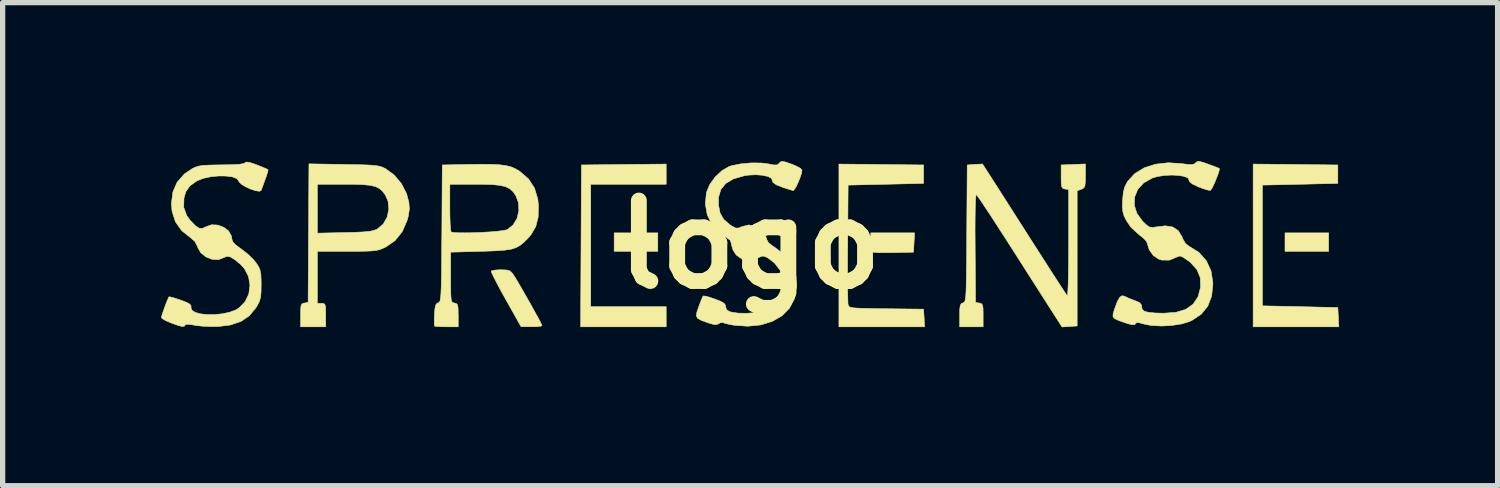
<source format=kicad_pcb>
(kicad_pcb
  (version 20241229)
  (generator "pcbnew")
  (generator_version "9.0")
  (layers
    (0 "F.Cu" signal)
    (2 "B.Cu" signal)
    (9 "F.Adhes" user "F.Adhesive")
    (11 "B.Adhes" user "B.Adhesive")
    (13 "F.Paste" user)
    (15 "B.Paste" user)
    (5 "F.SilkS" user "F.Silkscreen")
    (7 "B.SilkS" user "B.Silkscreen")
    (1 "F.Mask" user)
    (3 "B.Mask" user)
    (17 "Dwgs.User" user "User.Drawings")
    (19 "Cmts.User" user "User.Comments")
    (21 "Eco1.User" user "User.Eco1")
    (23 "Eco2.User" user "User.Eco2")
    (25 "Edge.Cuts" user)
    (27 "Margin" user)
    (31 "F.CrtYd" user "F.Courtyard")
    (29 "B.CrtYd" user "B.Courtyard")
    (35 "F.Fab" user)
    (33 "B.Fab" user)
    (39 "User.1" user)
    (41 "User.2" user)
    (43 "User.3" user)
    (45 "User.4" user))
  (footprint "logo"
    (layer "F.Cu")
    (at 11.149 1.581)
    (property "Reference" "logo" (at 0 0 0) (layer "F.SilkS") (effects (font (size 1.524 1.524) (thickness 0.3))))
    (attr through_hole)
    (fp_poly (pts (xy -1.746 0.127) (xy -2.572 0.127) (xy -2.572 -0.222) (xy -1.746 -0.222) (xy -1.746 0.127)) (stroke (width 0.01) (type solid)) (fill yes) (layer "F.SilkS"))
    (fp_poly (pts (xy 10.954 0.127) (xy 10.128 0.127) (xy 10.128 -0.222) (xy 10.954 -0.222) (xy 10.954 0.127)) (stroke (width 0.01) (type solid)) (fill yes) (layer "F.SilkS"))
    (fp_poly (pts (xy -1.587 -1.143) (xy -3.016 -1.143) (xy -3.016 1.175) (xy -1.587 1.175) (xy -1.587 1.556) (xy -3.207 1.556) (xy -3.199 0.024) (xy -3.191 -1.508) (xy -2.389 -1.517) (xy -1.587 -1.525) (xy -1.587 -1.143)) (stroke (width 0.01) (type solid)) (fill yes) (layer "F.SilkS"))
    (fp_poly (pts (xy 10.327 -1.517) (xy 11.128 -1.508) (xy 11.128 -1.159) (xy 9.7 -1.127) (xy 9.7 1.159) (xy 11.128 1.191) (xy 11.138 1.373) (xy 11.147 1.556) (xy 9.525 1.556) (xy 9.525 -1.525) (xy 10.327 -1.517)) (stroke (width 0.01) (type solid)) (fill yes) (layer "F.SilkS"))
    (fp_poly (pts (xy 3.105 -0.04) (xy 3.096 0.143) (xy 2.713 0.152) (xy 2.563 0.153) (xy 2.437 0.152) (xy 2.347 0.146) (xy 2.308 0.139) (xy 2.308 0.139) (xy 2.296 0.097) (xy 2.288 0.013) (xy 2.286 -0.053) (xy 2.286 -0.222) (xy 3.115 -0.222) (xy 3.105 -0.04)) (stroke (width 0.01) (type solid)) (fill yes) (layer "F.SilkS"))
    (fp_poly (pts (xy 2.484 -1.517) (xy 3.286 -1.508) (xy 3.286 -1.159) (xy 1.857 -1.127) (xy 1.849 -0.032) (xy 1.847 0.229) (xy 1.846 0.471) (xy 1.847 0.687) (xy 1.848 0.87) (xy 1.851 1.011) (xy 1.854 1.103) (xy 1.857 1.134) (xy 1.864 1.157) (xy 1.878 1.175) (xy 1.907 1.188) (xy 1.959 1.197) (xy 2.041 1.203) (xy 2.162 1.207) (xy 2.33 1.211) (xy 2.553 1.214) (xy 2.58 1.214) (xy 3.286 1.222) (xy 3.296 1.389) (xy 3.305 1.556) (xy 1.683 1.556) (xy 1.683 -1.525) (xy 2.484 -1.517)) (stroke (width 0.01) (type solid)) (fill yes) (layer "F.SilkS"))
    (fp_poly (pts (xy -4.611 0.48) (xy -4.547 0.498) (xy -4.502 0.539) (xy -4.484 0.564) (xy -4.445 0.624) (xy -4.386 0.723) (xy -4.314 0.847) (xy -4.234 0.987) (xy -4.152 1.131) (xy -4.076 1.269) (xy -4.01 1.388) (xy -3.963 1.478) (xy -3.939 1.528) (xy -3.937 1.533) (xy -3.966 1.545) (xy -4.041 1.553) (xy -4.135 1.555) (xy -4.334 1.554) (xy -4.624 1.039) (xy -4.715 0.876) (xy -4.792 0.731) (xy -4.852 0.614) (xy -4.89 0.534) (xy -4.9 0.5) (xy -4.9 0.5) (xy -4.863 0.487) (xy -4.783 0.478) (xy -4.715 0.476) (xy -4.611 0.48)) (stroke (width 0.01) (type solid)) (fill yes) (layer "F.SilkS"))
    (fp_poly (pts (xy -7.691 -1.518) (xy -7.468 -1.514) (xy -7.298 -1.51) (xy -7.172 -1.504) (xy -7.08 -1.495) (xy -7.012 -1.483) (xy -6.959 -1.466) (xy -6.911 -1.443) (xy -6.901 -1.438) (xy -6.738 -1.319) (xy -6.601 -1.157) (xy -6.506 -0.973) (xy -6.498 -0.949) (xy -6.458 -0.799) (xy -6.449 -0.672) (xy -6.47 -0.536) (xy -6.493 -0.455) (xy -6.585 -0.243) (xy -6.721 -0.075) (xy -6.893 0.043) (xy -6.956 0.073) (xy -7.013 0.095) (xy -7.077 0.11) (xy -7.157 0.119) (xy -7.267 0.124) (xy -7.417 0.127) (xy -7.619 0.127) (xy -7.626 0.127) (xy -8.191 0.127) (xy -8.191 1.111) (xy -8.112 1.111) (xy -8.071 1.115) (xy -8.047 1.134) (xy -8.036 1.182) (xy -8.033 1.274) (xy -8.033 1.333) (xy -8.033 1.556) (xy -8.509 1.556) (xy -8.509 1.336) (xy -8.507 1.22) (xy -8.499 1.152) (xy -8.481 1.12) (xy -8.447 1.107) (xy -8.438 1.106) (xy -8.366 1.095) (xy -8.358 -0.217) (xy -8.358 -0.217) (xy -8.191 -0.217) (xy -7.676 -0.228) (xy -7.47 -0.233) (xy -7.318 -0.241) (xy -7.208 -0.251) (xy -7.13 -0.266) (xy -7.073 -0.287) (xy -7.057 -0.295) (xy -6.944 -0.39) (xy -6.869 -0.521) (xy -6.838 -0.671) (xy -6.853 -0.823) (xy -6.904 -0.939) (xy -6.957 -1.01) (xy -7.016 -1.062) (xy -7.092 -1.099) (xy -7.194 -1.123) (xy -7.333 -1.136) (xy -7.519 -1.142) (xy -7.676 -1.143) (xy -8.191 -1.143) (xy -8.191 -0.217) (xy -8.358 -0.217) (xy -8.35 -1.529) (xy -7.691 -1.518)) (stroke (width 0.01) (type solid)) (fill yes) (layer "F.SilkS"))
    (fp_poly (pts (xy 4.54 -1.311) (xy 4.589 -1.235) (xy 4.668 -1.112) (xy 4.771 -0.951) (xy 4.893 -0.76) (xy 5.03 -0.545) (xy 5.177 -0.315) (xy 5.327 -0.079) (xy 5.474 0.15) (xy 5.61 0.362) (xy 5.732 0.552) (xy 5.836 0.713) (xy 5.919 0.84) (xy 5.976 0.926) (xy 6.003 0.965) (xy 6.004 0.967) (xy 6.012 0.944) (xy 6.018 0.864) (xy 6.024 0.73) (xy 6.028 0.548) (xy 6.031 0.323) (xy 6.032 0.061) (xy 6.032 -0.023) (xy 6.032 -1.043) (xy 5.961 -1.053) (xy 5.924 -1.064) (xy 5.902 -1.091) (xy 5.892 -1.149) (xy 5.89 -1.253) (xy 5.89 -1.286) (xy 5.89 -1.508) (xy 6.12 -1.517) (xy 6.35 -1.527) (xy 6.35 -1.302) (xy 6.348 -1.184) (xy 6.34 -1.114) (xy 6.32 -1.075) (xy 6.284 -1.053) (xy 6.271 -1.048) (xy 6.193 -1.018) (xy 6.193 1.54) (xy 6.05 1.55) (xy 5.907 1.559) (xy 5.758 1.327) (xy 5.707 1.247) (xy 5.626 1.121) (xy 5.521 0.956) (xy 5.397 0.762) (xy 5.258 0.545) (xy 5.11 0.312) (xy 4.961 0.079) (xy 4.815 -0.149) (xy 4.679 -0.359) (xy 4.557 -0.547) (xy 4.452 -0.705) (xy 4.37 -0.829) (xy 4.312 -0.911) (xy 4.285 -0.946) (xy 4.283 -0.947) (xy 4.275 -0.92) (xy 4.269 -0.832) (xy 4.264 -0.691) (xy 4.261 -0.498) (xy 4.26 -0.259) (xy 4.262 0.022) (xy 4.262 0.069) (xy 4.27 1.095) (xy 4.342 1.106) (xy 4.379 1.116) (xy 4.401 1.143) (xy 4.411 1.202) (xy 4.413 1.307) (xy 4.413 1.336) (xy 4.413 1.556) (xy 3.969 1.556) (xy 3.969 1.337) (xy 3.971 1.22) (xy 3.98 1.151) (xy 4 1.117) (xy 4.032 1.102) (xy 4.048 1.096) (xy 4.06 1.084) (xy 4.071 1.059) (xy 4.079 1.015) (xy 4.086 0.948) (xy 4.091 0.85) (xy 4.094 0.717) (xy 4.097 0.543) (xy 4.1 0.321) (xy 4.102 0.046) (xy 4.103 -0.211) (xy 4.112 -1.508) (xy 4.256 -1.518) (xy 4.401 -1.527) (xy 4.54 -1.311)) (stroke (width 0.01) (type solid)) (fill yes) (layer "F.SilkS"))
    (fp_poly (pts (xy -4.887 -1.519) (xy -4.733 -1.511) (xy -4.613 -1.494) (xy -4.516 -1.469) (xy -4.434 -1.432) (xy -4.359 -1.387) (xy -4.192 -1.242) (xy -4.079 -1.067) (xy -4.017 -0.858) (xy -4.005 -0.739) (xy -4.011 -0.521) (xy -4.056 -0.342) (xy -4.146 -0.188) (xy -4.21 -0.115) (xy -4.286 -0.04) (xy -4.356 0.017) (xy -4.43 0.057) (xy -4.52 0.086) (xy -4.637 0.104) (xy -4.79 0.116) (xy -4.992 0.124) (xy -5.096 0.127) (xy -5.667 0.143) (xy -5.667 0.619) (xy -5.667 0.802) (xy -5.665 0.931) (xy -5.66 1.016) (xy -5.651 1.066) (xy -5.636 1.092) (xy -5.614 1.102) (xy -5.596 1.106) (xy -5.558 1.116) (xy -5.537 1.143) (xy -5.527 1.202) (xy -5.525 1.307) (xy -5.524 1.336) (xy -5.524 1.556) (xy -5.741 1.556) (xy -5.852 1.554) (xy -5.935 1.549) (xy -5.972 1.543) (xy -5.972 1.543) (xy -5.977 1.507) (xy -5.978 1.425) (xy -5.974 1.323) (xy -5.965 1.208) (xy -5.95 1.142) (xy -5.924 1.11) (xy -5.903 1.101) (xy -5.888 1.095) (xy -5.876 1.081) (xy -5.866 1.054) (xy -5.858 1.007) (xy -5.852 0.935) (xy -5.847 0.832) (xy -5.843 0.692) (xy -5.84 0.51) (xy -5.838 0.279) (xy -5.836 -0.005) (xy -5.834 -0.211) (xy -5.831 -0.704) (xy -5.683 -0.704) (xy -5.682 -0.543) (xy -5.677 -0.404) (xy -5.67 -0.301) (xy -5.662 -0.246) (xy -5.659 -0.241) (xy -5.616 -0.23) (xy -5.523 -0.224) (xy -5.394 -0.223) (xy -5.241 -0.225) (xy -5.079 -0.232) (xy -4.92 -0.241) (xy -4.779 -0.253) (xy -4.668 -0.267) (xy -4.601 -0.282) (xy -4.595 -0.285) (xy -4.485 -0.372) (xy -4.41 -0.498) (xy -4.376 -0.646) (xy -4.385 -0.799) (xy -4.433 -0.925) (xy -4.485 -1.001) (xy -4.547 -1.057) (xy -4.628 -1.097) (xy -4.739 -1.123) (xy -4.89 -1.137) (xy -5.089 -1.142) (xy -5.199 -1.143) (xy -5.683 -1.143) (xy -5.683 -0.704) (xy -5.831 -0.704) (xy -5.826 -1.508) (xy -5.334 -1.518) (xy -5.084 -1.521) (xy -4.887 -1.519)) (stroke (width 0.01) (type solid)) (fill yes) (layer "F.SilkS"))
    (fp_poly (pts (xy 0.678 -1.562) (xy 0.783 -1.525) (xy 0.788 -1.524) (xy 0.888 -1.481) (xy 0.959 -1.44) (xy 0.984 -1.41) (xy 0.973 -1.344) (xy 0.943 -1.255) (xy 0.904 -1.161) (xy 0.864 -1.08) (xy 0.829 -1.03) (xy 0.815 -1.023) (xy 0.628 -1.08) (xy 0.502 -1.13) (xy 0.435 -1.176) (xy 0.423 -1.211) (xy 0.406 -1.255) (xy 0.34 -1.29) (xy 0.236 -1.313) (xy 0.11 -1.323) (xy -0.027 -1.316) (xy -0.111 -1.303) (xy -0.313 -1.245) (xy -0.459 -1.159) (xy -0.552 -1.044) (xy -0.596 -0.896) (xy -0.597 -0.751) (xy -0.567 -0.598) (xy -0.499 -0.479) (xy -0.382 -0.377) (xy -0.339 -0.349) (xy -0.269 -0.313) (xy -0.212 -0.315) (xy -0.155 -0.34) (xy -0.024 -0.373) (xy 0.107 -0.347) (xy 0.221 -0.268) (xy 0.236 -0.25) (xy 0.289 -0.174) (xy 0.316 -0.107) (xy 0.318 -0.096) (xy 0.345 -0.042) (xy 0.421 0.021) (xy 0.458 0.044) (xy 0.646 0.187) (xy 0.782 0.361) (xy 0.862 0.559) (xy 0.885 0.773) (xy 0.847 0.998) (xy 0.837 1.031) (xy 0.745 1.206) (xy 0.604 1.348) (xy 0.422 1.453) (xy 0.204 1.52) (xy -0.042 1.545) (xy -0.306 1.526) (xy -0.407 1.507) (xy -0.483 1.487) (xy -0.506 1.478) (xy -0.558 1.477) (xy -0.591 1.495) (xy -0.632 1.515) (xy -0.691 1.511) (xy -0.787 1.483) (xy -0.804 1.477) (xy -0.924 1.433) (xy -0.992 1.395) (xy -1.017 1.348) (xy -1.006 1.278) (xy -0.971 1.176) (xy -0.933 1.075) (xy -0.902 1.001) (xy -0.887 0.972) (xy -0.851 0.974) (xy -0.773 0.994) (xy -0.669 1.029) (xy -0.666 1.03) (xy -0.555 1.073) (xy -0.492 1.11) (xy -0.465 1.147) (xy -0.461 1.177) (xy -0.445 1.233) (xy -0.387 1.268) (xy -0.349 1.279) (xy -0.228 1.297) (xy -0.076 1.3) (xy 0.084 1.29) (xy 0.233 1.268) (xy 0.348 1.236) (xy 0.38 1.22) (xy 0.518 1.107) (xy 0.606 0.967) (xy 0.644 0.81) (xy 0.633 0.648) (xy 0.573 0.49) (xy 0.464 0.349) (xy 0.342 0.254) (xy 0.28 0.222) (xy 0.231 0.218) (xy 0.164 0.243) (xy 0.132 0.259) (xy -0.011 0.301) (xy -0.141 0.281) (xy -0.255 0.201) (xy -0.27 0.184) (xy -0.323 0.099) (xy -0.349 0.013) (xy -0.349 0.003) (xy -0.372 -0.08) (xy -0.422 -0.118) (xy -0.593 -0.229) (xy -0.724 -0.382) (xy -0.81 -0.566) (xy -0.846 -0.769) (xy -0.826 -0.981) (xy -0.825 -0.988) (xy -0.763 -1.137) (xy -0.66 -1.28) (xy -0.531 -1.401) (xy -0.393 -1.48) (xy -0.361 -1.491) (xy -0.181 -1.528) (xy 0.02 -1.547) (xy 0.214 -1.545) (xy 0.347 -1.528) (xy 0.448 -1.509) (xy 0.507 -1.508) (xy 0.542 -1.528) (xy 0.554 -1.543) (xy 0.58 -1.569) (xy 0.616 -1.576) (xy 0.678 -1.562)) (stroke (width 0.01) (type solid)) (fill yes) (layer "F.SilkS"))
    (fp_poly (pts (xy 8.575 -1.558) (xy 8.674 -1.523) (xy 8.777 -1.485) (xy 8.853 -1.456) (xy 8.885 -1.442) (xy 8.883 -1.409) (xy 8.861 -1.336) (xy 8.826 -1.244) (xy 8.786 -1.15) (xy 8.749 -1.073) (xy 8.721 -1.031) (xy 8.717 -1.028) (xy 8.671 -1.032) (xy 8.587 -1.057) (xy 8.492 -1.092) (xy 8.376 -1.147) (xy 8.319 -1.193) (xy 8.312 -1.219) (xy 8.291 -1.261) (xy 8.222 -1.291) (xy 8.116 -1.31) (xy 7.987 -1.317) (xy 7.85 -1.31) (xy 7.716 -1.29) (xy 7.613 -1.26) (xy 7.453 -1.169) (xy 7.342 -1.047) (xy 7.282 -0.903) (xy 7.275 -0.747) (xy 7.324 -0.591) (xy 7.431 -0.443) (xy 7.435 -0.439) (xy 7.512 -0.366) (xy 7.568 -0.331) (xy 7.624 -0.325) (xy 7.679 -0.334) (xy 7.863 -0.356) (xy 8.004 -0.333) (xy 8.108 -0.263) (xy 8.179 -0.145) (xy 8.191 -0.111) (xy 8.242 -0.024) (xy 8.307 0.028) (xy 8.497 0.146) (xy 8.638 0.303) (xy 8.727 0.495) (xy 8.762 0.719) (xy 8.762 0.753) (xy 8.738 0.98) (xy 8.665 1.167) (xy 8.541 1.318) (xy 8.365 1.435) (xy 8.319 1.456) (xy 8.173 1.501) (xy 7.99 1.53) (xy 7.792 1.541) (xy 7.605 1.531) (xy 7.568 1.526) (xy 7.467 1.506) (xy 7.39 1.486) (xy 7.366 1.476) (xy 7.319 1.477) (xy 7.301 1.495) (xy 7.275 1.517) (xy 7.227 1.516) (xy 7.141 1.493) (xy 7.101 1.479) (xy 6.977 1.436) (xy 6.904 1.402) (xy 6.872 1.365) (xy 6.873 1.312) (xy 6.897 1.232) (xy 6.903 1.215) (xy 6.953 1.079) (xy 6.999 0.998) (xy 7.044 0.967) (xy 7.094 0.979) (xy 7.098 0.981) (xy 7.168 1.014) (xy 7.263 1.052) (xy 7.287 1.06) (xy 7.371 1.096) (xy 7.408 1.139) (xy 7.414 1.177) (xy 7.425 1.226) (xy 7.464 1.26) (xy 7.541 1.282) (xy 7.664 1.294) (xy 7.828 1.299) (xy 8.063 1.282) (xy 8.25 1.225) (xy 8.389 1.127) (xy 8.482 0.987) (xy 8.53 0.804) (xy 8.53 0.799) (xy 8.524 0.626) (xy 8.461 0.473) (xy 8.339 0.338) (xy 8.289 0.3) (xy 8.203 0.241) (xy 8.147 0.216) (xy 8.104 0.222) (xy 8.08 0.235) (xy 7.937 0.294) (xy 7.791 0.292) (xy 7.734 0.273) (xy 7.634 0.204) (xy 7.559 0.101) (xy 7.524 -0.011) (xy 7.524 -0.022) (xy 7.498 -0.071) (xy 7.432 -0.137) (xy 7.37 -0.183) (xy 7.213 -0.326) (xy 7.129 -0.448) (xy 7.082 -0.542) (xy 7.058 -0.625) (xy 7.05 -0.721) (xy 7.053 -0.839) (xy 7.066 -0.98) (xy 7.09 -1.082) (xy 7.134 -1.172) (xy 7.151 -1.2) (xy 7.284 -1.345) (xy 7.463 -1.454) (xy 7.677 -1.523) (xy 7.92 -1.55) (xy 8.166 -1.534) (xy 8.29 -1.518) (xy 8.366 -1.516) (xy 8.411 -1.527) (xy 8.436 -1.548) (xy 8.464 -1.572) (xy 8.505 -1.575) (xy 8.575 -1.558)) (stroke (width 0.01) (type solid)) (fill yes) (layer "F.SilkS"))
    (fp_poly (pts (xy -9.466 -1.554) (xy -9.356 -1.517) (xy -9.336 -1.509) (xy -9.233 -1.468) (xy -9.157 -1.436) (xy -9.124 -1.419) (xy -9.124 -1.419) (xy -9.129 -1.387) (xy -9.151 -1.312) (xy -9.178 -1.236) (xy -9.215 -1.135) (xy -9.244 -1.056) (xy -9.255 -1.025) (xy -9.29 -1.01) (xy -9.361 -1.021) (xy -9.452 -1.051) (xy -9.546 -1.093) (xy -9.625 -1.141) (xy -9.672 -1.186) (xy -9.678 -1.201) (xy -9.715 -1.249) (xy -9.8 -1.282) (xy -9.919 -1.298) (xy -10.058 -1.3) (xy -10.205 -1.286) (xy -10.345 -1.256) (xy -10.464 -1.21) (xy -10.479 -1.202) (xy -10.604 -1.112) (xy -10.68 -1.004) (xy -10.716 -0.88) (xy -10.721 -0.707) (xy -10.665 -0.551) (xy -10.597 -0.457) (xy -10.503 -0.36) (xy -10.429 -0.311) (xy -10.364 -0.308) (xy -10.303 -0.337) (xy -10.194 -0.376) (xy -10.075 -0.37) (xy -9.962 -0.328) (xy -9.871 -0.257) (xy -9.818 -0.163) (xy -9.811 -0.112) (xy -9.794 -0.057) (xy -9.739 0.004) (xy -9.636 0.08) (xy -9.629 0.085) (xy -9.517 0.171) (xy -9.412 0.271) (xy -9.351 0.344) (xy -9.304 0.416) (xy -9.276 0.481) (xy -9.261 0.557) (xy -9.256 0.665) (xy -9.255 0.759) (xy -9.257 0.899) (xy -9.266 0.997) (xy -9.287 1.072) (xy -9.324 1.146) (xy -9.35 1.19) (xy -9.477 1.345) (xy -9.637 1.454) (xy -9.838 1.522) (xy -10.066 1.55) (xy -10.218 1.552) (xy -10.371 1.544) (xy -10.495 1.53) (xy -10.512 1.526) (xy -10.626 1.508) (xy -10.684 1.513) (xy -10.694 1.523) (xy -10.711 1.546) (xy -10.749 1.55) (xy -10.818 1.533) (xy -10.932 1.493) (xy -10.962 1.482) (xy -11.058 1.441) (xy -11.124 1.404) (xy -11.144 1.381) (xy -11.134 1.338) (xy -11.107 1.258) (xy -11.073 1.162) (xy -11.038 1.071) (xy -11.01 1.006) (xy -11 0.988) (xy -10.967 0.992) (xy -10.89 1.013) (xy -10.786 1.048) (xy -10.778 1.05) (xy -10.666 1.093) (xy -10.604 1.128) (xy -10.582 1.16) (xy -10.584 1.182) (xy -10.571 1.238) (xy -10.508 1.281) (xy -10.407 1.31) (xy -10.278 1.324) (xy -10.135 1.324) (xy -9.988 1.309) (xy -9.849 1.279) (xy -9.73 1.234) (xy -9.679 1.203) (xy -9.56 1.083) (xy -9.489 0.934) (xy -9.467 0.771) (xy -9.493 0.607) (xy -9.569 0.458) (xy -9.64 0.379) (xy -9.755 0.283) (xy -9.84 0.232) (xy -9.904 0.221) (xy -9.953 0.242) (xy -10.06 0.284) (xy -10.182 0.279) (xy -10.3 0.233) (xy -10.398 0.155) (xy -10.457 0.05) (xy -10.462 0.032) (xy -10.511 -0.061) (xy -10.583 -0.124) (xy -10.759 -0.264) (xy -10.879 -0.434) (xy -10.942 -0.633) (xy -10.954 -0.778) (xy -10.926 -0.997) (xy -10.845 -1.183) (xy -10.708 -1.338) (xy -10.557 -1.44) (xy -10.497 -1.468) (xy -10.432 -1.488) (xy -10.35 -1.5) (xy -10.236 -1.506) (xy -10.078 -1.509) (xy -10.007 -1.51) (xy -9.81 -1.513) (xy -9.673 -1.52) (xy -9.591 -1.533) (xy -9.561 -1.549) (xy -9.53 -1.564) (xy -9.466 -1.554)) (stroke (width 0.01) (type solid)) (fill yes) (layer "F.SilkS")))
  (gr_rect
    (start -3 -3)
    (end 25.302 6.145)
    (stroke (width 0.1) (type default))
    (fill no)
    (layer "Edge.Cuts")))
</source>
